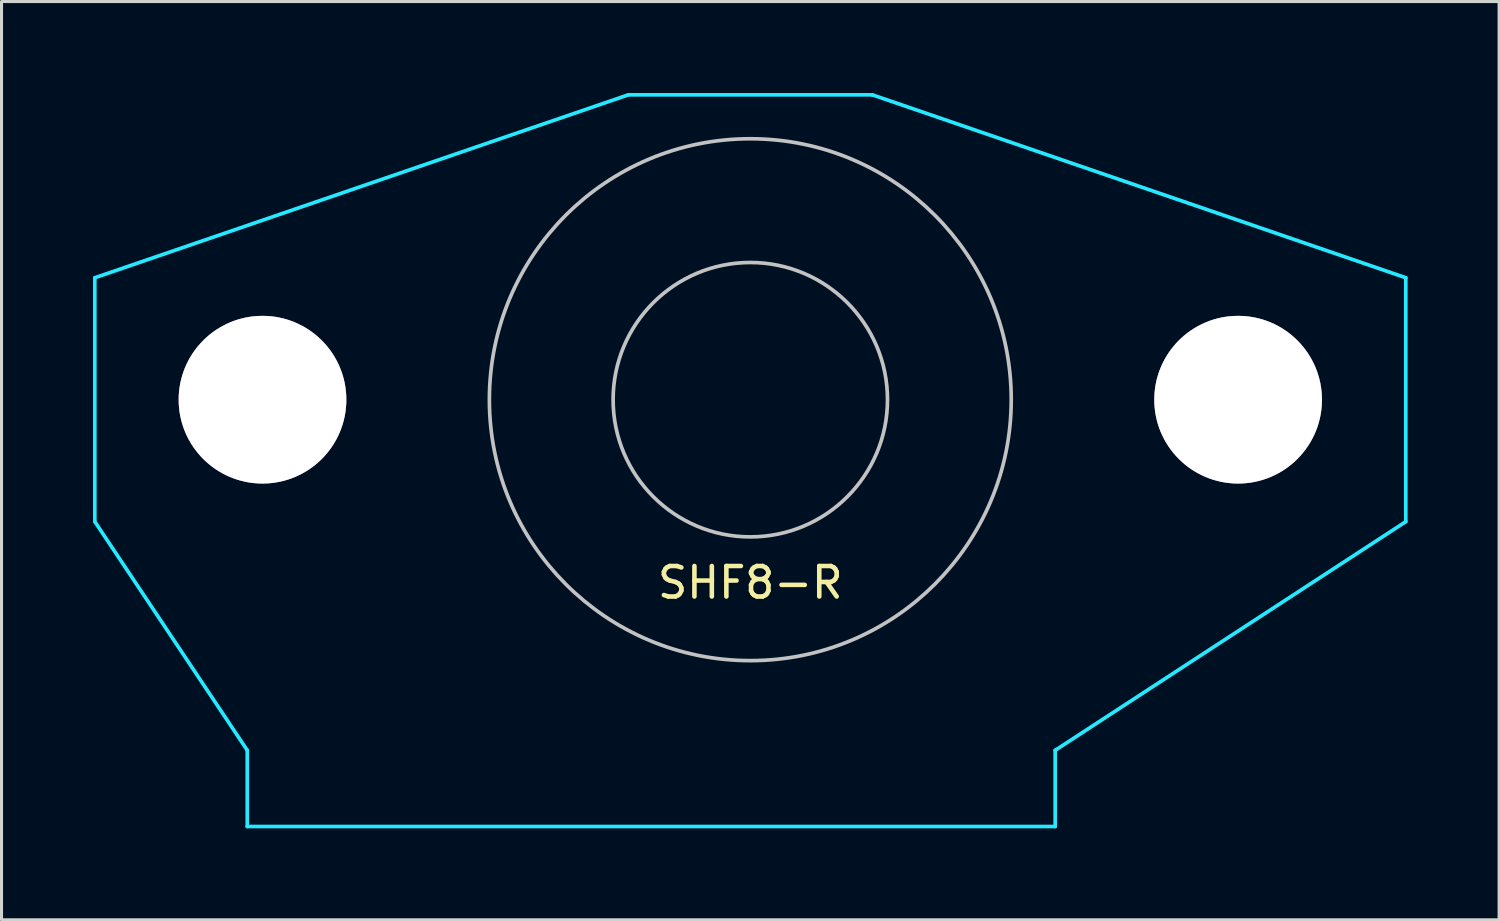
<source format=kicad_pcb>
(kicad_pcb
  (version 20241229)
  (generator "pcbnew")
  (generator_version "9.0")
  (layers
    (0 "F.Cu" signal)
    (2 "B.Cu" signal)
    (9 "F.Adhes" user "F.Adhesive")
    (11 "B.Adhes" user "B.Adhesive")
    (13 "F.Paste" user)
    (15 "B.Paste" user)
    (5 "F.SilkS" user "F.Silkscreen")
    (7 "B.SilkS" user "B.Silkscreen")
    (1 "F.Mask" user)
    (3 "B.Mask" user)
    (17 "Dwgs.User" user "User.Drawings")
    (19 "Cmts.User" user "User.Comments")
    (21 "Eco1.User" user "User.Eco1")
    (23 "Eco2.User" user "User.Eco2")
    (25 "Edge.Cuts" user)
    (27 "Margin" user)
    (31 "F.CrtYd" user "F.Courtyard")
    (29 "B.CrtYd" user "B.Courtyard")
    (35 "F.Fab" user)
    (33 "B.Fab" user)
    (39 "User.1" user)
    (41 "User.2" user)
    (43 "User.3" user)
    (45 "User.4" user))
  (footprint "SHF8-R"
    (layer "F.Cu")
    (at 21.56 10.06)
    (property "Reference" "SHF8-R" (at 0 6 0) (layer "F.SilkS") (effects (font (size 1 1) (thickness 0.15))))
    (attr through_hole)
    (fp_circle (center 0 0) (end 1 -8.5) (stroke (width 0.12) (type solid)) (fill no) (layer "Dwgs.User"))
    (fp_circle (center 0 0) (end 4.5 0) (stroke (width 0.12) (type solid)) (fill no) (layer "Dwgs.User"))
    (fp_line (start -21.5 -4) (end -4 -10) (stroke (width 0.12) (type solid)) (layer "B.CrtYd"))
    (fp_line (start -21.5 4) (end -21.5 -4) (stroke (width 0.12) (type solid)) (layer "B.CrtYd"))
    (fp_line (start -16.5 11.5) (end -21.5 4) (stroke (width 0.12) (type solid)) (layer "B.CrtYd"))
    (fp_line (start -16.5 14) (end -16.5 11.5) (stroke (width 0.12) (type solid)) (layer "B.CrtYd"))
    (fp_line (start -4 -10) (end 4 -10) (stroke (width 0.12) (type solid)) (layer "B.CrtYd"))
    (fp_line (start 4 -10) (end 21.5 -4) (stroke (width 0.12) (type solid)) (layer "B.CrtYd"))
    (fp_line (start 10 11.5) (end 10 14) (stroke (width 0.12) (type solid)) (layer "B.CrtYd"))
    (fp_line (start 10 14) (end -16.5 14) (stroke (width 0.12) (type solid)) (layer "B.CrtYd"))
    (fp_line (start 21.5 -4) (end 21.5 4) (stroke (width 0.12) (type solid)) (layer "B.CrtYd"))
    (fp_line (start 21.5 4) (end 10 11.5) (stroke (width 0.12) (type solid)) (layer "B.CrtYd"))
    (pad "" thru_hole circle (at -16 0) (size 5.5 5.5) (drill 5.5) (layers "*.Cu" "*.Mask"))
    (pad "" thru_hole circle (at 16 0) (size 5.5 5.5) (drill 5.5) (layers "*.Cu" "*.Mask")))
  (gr_rect
    (start -3 -3)
    (end 46.12 27.12)
    (stroke (width 0.1) (type default))
    (fill no)
    (layer "Edge.Cuts")))
</source>
